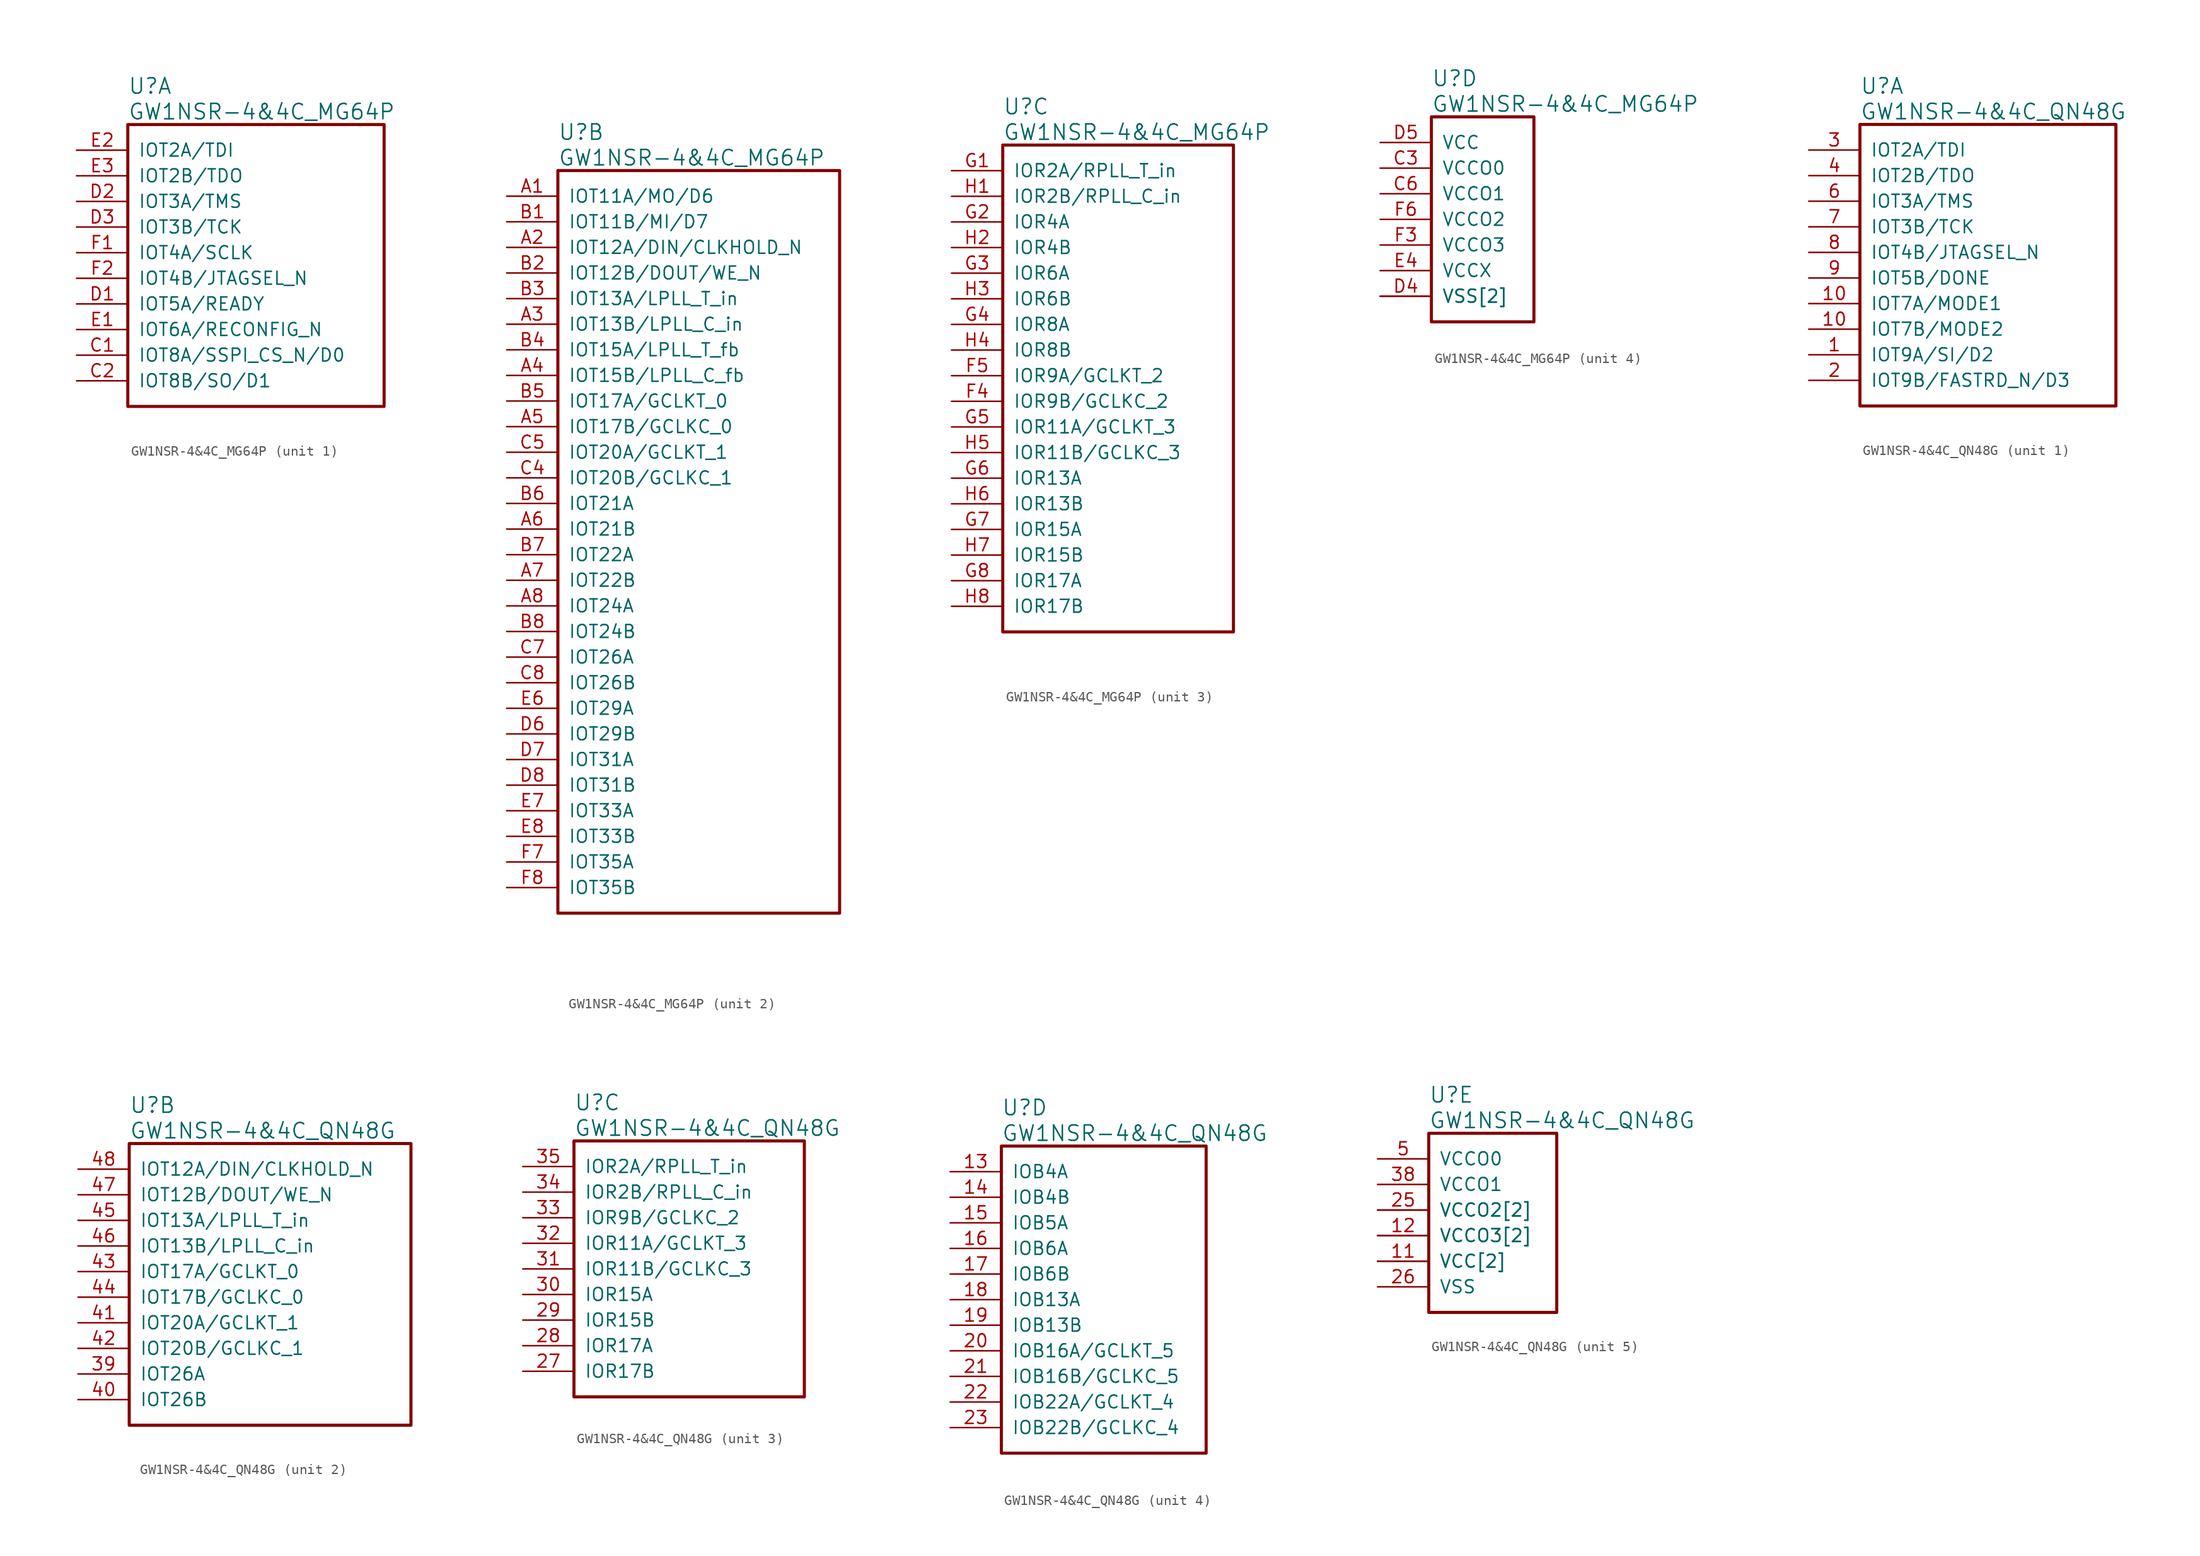
<source format=kicad_sym>
(kicad_symbol_lib
  (version 20211014)
  (generator kicad_symbol_editor)
  (symbol "GW1NSR-4&4C_MG64P"
    (pin_names
      (offset 1.016))
    (property "Reference" "U"
      (at 5.08 6.35 0)
      (effects (font (size 1.524 1.524)) (justify left)))
    (property "Value" "GW1NSR-4&4C_MG64P"
      (at 5.08 3.81 0)
      (effects (font (size 1.524 1.524)) (justify left)))
    (property "ki_locked" ""
      (at 0 0 0)
      (effects (font (size 1.27 1.27))))
    (symbol "GW1NSR-4&4C_MG64P_1_1"
      (rectangle (start 5.08 2.54) (end 30.48 -25.4) (stroke (width 0.305) (type default) (color 0 0 0 0)) (fill (type none)))
      (pin bidirectional line (at 0 -20.32 0) (length 5.08) (name "IOT8A/SSPI_CS_N/D0" (effects (font (size 1.27 1.27)))) (number "C1" (effects (font (size 1.27 1.27)))))
      (pin bidirectional line (at 0 -22.86 0) (length 5.08) (name "IOT8B/SO/D1" (effects (font (size 1.27 1.27)))) (number "C2" (effects (font (size 1.27 1.27)))))
      (pin bidirectional line (at 0 -15.24 0) (length 5.08) (name "IOT5A/READY" (effects (font (size 1.27 1.27)))) (number "D1" (effects (font (size 1.27 1.27)))))
      (pin bidirectional line (at 0 -5.08 0) (length 5.08) (name "IOT3A/TMS" (effects (font (size 1.27 1.27)))) (number "D2" (effects (font (size 1.27 1.27)))))
      (pin bidirectional line (at 0 -7.62 0) (length 5.08) (name "IOT3B/TCK" (effects (font (size 1.27 1.27)))) (number "D3" (effects (font (size 1.27 1.27)))))
      (pin bidirectional line (at 0 -17.78 0) (length 5.08) (name "IOT6A/RECONFIG_N" (effects (font (size 1.27 1.27)))) (number "E1" (effects (font (size 1.27 1.27)))))
      (pin bidirectional line (at 0 0 0) (length 5.08) (name "IOT2A/TDI" (effects (font (size 1.27 1.27)))) (number "E2" (effects (font (size 1.27 1.27)))))
      (pin bidirectional line (at 0 -2.54 0) (length 5.08) (name "IOT2B/TDO" (effects (font (size 1.27 1.27)))) (number "E3" (effects (font (size 1.27 1.27)))))
      (pin bidirectional line (at 0 -10.16 0) (length 5.08) (name "IOT4A/SCLK" (effects (font (size 1.27 1.27)))) (number "F1" (effects (font (size 1.27 1.27)))))
      (pin bidirectional line (at 0 -12.7 0) (length 5.08) (name "IOT4B/JTAGSEL_N" (effects (font (size 1.27 1.27)))) (number "F2" (effects (font (size 1.27 1.27))))))
    (symbol "GW1NSR-4&4C_MG64P_2_1"
      (rectangle (start 5.08 2.54) (end 33.02 -71.12) (stroke (width 0.305) (type default) (color 0 0 0 0)) (fill (type none)))
      (pin bidirectional line (at 0 0 0) (length 5.08) (name "IOT11A/MO/D6" (effects (font (size 1.27 1.27)))) (number "A1" (effects (font (size 1.27 1.27)))))
      (pin bidirectional line (at 0 -5.08 0) (length 5.08) (name "IOT12A/DIN/CLKHOLD_N" (effects (font (size 1.27 1.27)))) (number "A2" (effects (font (size 1.27 1.27)))))
      (pin bidirectional line (at 0 -12.7 0) (length 5.08) (name "IOT13B/LPLL_C_in" (effects (font (size 1.27 1.27)))) (number "A3" (effects (font (size 1.27 1.27)))))
      (pin bidirectional line (at 0 -17.78 0) (length 5.08) (name "IOT15B/LPLL_C_fb" (effects (font (size 1.27 1.27)))) (number "A4" (effects (font (size 1.27 1.27)))))
      (pin bidirectional line (at 0 -22.86 0) (length 5.08) (name "IOT17B/GCLKC_0" (effects (font (size 1.27 1.27)))) (number "A5" (effects (font (size 1.27 1.27)))))
      (pin bidirectional line (at 0 -33.02 0) (length 5.08) (name "IOT21B" (effects (font (size 1.27 1.27)))) (number "A6" (effects (font (size 1.27 1.27)))))
      (pin bidirectional line (at 0 -38.1 0) (length 5.08) (name "IOT22B" (effects (font (size 1.27 1.27)))) (number "A7" (effects (font (size 1.27 1.27)))))
      (pin bidirectional line (at 0 -40.64 0) (length 5.08) (name "IOT24A" (effects (font (size 1.27 1.27)))) (number "A8" (effects (font (size 1.27 1.27)))))
      (pin bidirectional line (at 0 -2.54 0) (length 5.08) (name "IOT11B/MI/D7" (effects (font (size 1.27 1.27)))) (number "B1" (effects (font (size 1.27 1.27)))))
      (pin bidirectional line (at 0 -7.62 0) (length 5.08) (name "IOT12B/DOUT/WE_N" (effects (font (size 1.27 1.27)))) (number "B2" (effects (font (size 1.27 1.27)))))
      (pin bidirectional line (at 0 -10.16 0) (length 5.08) (name "IOT13A/LPLL_T_in" (effects (font (size 1.27 1.27)))) (number "B3" (effects (font (size 1.27 1.27)))))
      (pin bidirectional line (at 0 -15.24 0) (length 5.08) (name "IOT15A/LPLL_T_fb" (effects (font (size 1.27 1.27)))) (number "B4" (effects (font (size 1.27 1.27)))))
      (pin bidirectional line (at 0 -20.32 0) (length 5.08) (name "IOT17A/GCLKT_0" (effects (font (size 1.27 1.27)))) (number "B5" (effects (font (size 1.27 1.27)))))
      (pin bidirectional line (at 0 -30.48 0) (length 5.08) (name "IOT21A" (effects (font (size 1.27 1.27)))) (number "B6" (effects (font (size 1.27 1.27)))))
      (pin bidirectional line (at 0 -35.56 0) (length 5.08) (name "IOT22A" (effects (font (size 1.27 1.27)))) (number "B7" (effects (font (size 1.27 1.27)))))
      (pin bidirectional line (at 0 -43.18 0) (length 5.08) (name "IOT24B" (effects (font (size 1.27 1.27)))) (number "B8" (effects (font (size 1.27 1.27)))))
      (pin bidirectional line (at 0 -27.94 0) (length 5.08) (name "IOT20B/GCLKC_1" (effects (font (size 1.27 1.27)))) (number "C4" (effects (font (size 1.27 1.27)))))
      (pin bidirectional line (at 0 -25.4 0) (length 5.08) (name "IOT20A/GCLKT_1" (effects (font (size 1.27 1.27)))) (number "C5" (effects (font (size 1.27 1.27)))))
      (pin bidirectional line (at 0 -45.72 0) (length 5.08) (name "IOT26A" (effects (font (size 1.27 1.27)))) (number "C7" (effects (font (size 1.27 1.27)))))
      (pin bidirectional line (at 0 -48.26 0) (length 5.08) (name "IOT26B" (effects (font (size 1.27 1.27)))) (number "C8" (effects (font (size 1.27 1.27)))))
      (pin bidirectional line (at 0 -53.34 0) (length 5.08) (name "IOT29B" (effects (font (size 1.27 1.27)))) (number "D6" (effects (font (size 1.27 1.27)))))
      (pin bidirectional line (at 0 -55.88 0) (length 5.08) (name "IOT31A" (effects (font (size 1.27 1.27)))) (number "D7" (effects (font (size 1.27 1.27)))))
      (pin bidirectional line (at 0 -58.42 0) (length 5.08) (name "IOT31B" (effects (font (size 1.27 1.27)))) (number "D8" (effects (font (size 1.27 1.27)))))
      (pin bidirectional line (at 0 -50.8 0) (length 5.08) (name "IOT29A" (effects (font (size 1.27 1.27)))) (number "E6" (effects (font (size 1.27 1.27)))))
      (pin bidirectional line (at 0 -60.96 0) (length 5.08) (name "IOT33A" (effects (font (size 1.27 1.27)))) (number "E7" (effects (font (size 1.27 1.27)))))
      (pin bidirectional line (at 0 -63.5 0) (length 5.08) (name "IOT33B" (effects (font (size 1.27 1.27)))) (number "E8" (effects (font (size 1.27 1.27)))))
      (pin bidirectional line (at 0 -66.04 0) (length 5.08) (name "IOT35A" (effects (font (size 1.27 1.27)))) (number "F7" (effects (font (size 1.27 1.27)))))
      (pin bidirectional line (at 0 -68.58 0) (length 5.08) (name "IOT35B" (effects (font (size 1.27 1.27)))) (number "F8" (effects (font (size 1.27 1.27))))))
    (symbol "GW1NSR-4&4C_MG64P_3_1"
      (rectangle (start 5.08 2.54) (end 27.94 -45.72) (stroke (width 0.305) (type default) (color 0 0 0 0)) (fill (type none)))
      (pin bidirectional line (at 0 -22.86 0) (length 5.08) (name "IOR9B/GCLKC_2" (effects (font (size 1.27 1.27)))) (number "F4" (effects (font (size 1.27 1.27)))))
      (pin bidirectional line (at 0 -20.32 0) (length 5.08) (name "IOR9A/GCLKT_2" (effects (font (size 1.27 1.27)))) (number "F5" (effects (font (size 1.27 1.27)))))
      (pin bidirectional line (at 0 0 0) (length 5.08) (name "IOR2A/RPLL_T_in" (effects (font (size 1.27 1.27)))) (number "G1" (effects (font (size 1.27 1.27)))))
      (pin bidirectional line (at 0 -5.08 0) (length 5.08) (name "IOR4A" (effects (font (size 1.27 1.27)))) (number "G2" (effects (font (size 1.27 1.27)))))
      (pin bidirectional line (at 0 -10.16 0) (length 5.08) (name "IOR6A" (effects (font (size 1.27 1.27)))) (number "G3" (effects (font (size 1.27 1.27)))))
      (pin bidirectional line (at 0 -15.24 0) (length 5.08) (name "IOR8A" (effects (font (size 1.27 1.27)))) (number "G4" (effects (font (size 1.27 1.27)))))
      (pin bidirectional line (at 0 -25.4 0) (length 5.08) (name "IOR11A/GCLKT_3" (effects (font (size 1.27 1.27)))) (number "G5" (effects (font (size 1.27 1.27)))))
      (pin bidirectional line (at 0 -30.48 0) (length 5.08) (name "IOR13A" (effects (font (size 1.27 1.27)))) (number "G6" (effects (font (size 1.27 1.27)))))
      (pin bidirectional line (at 0 -35.56 0) (length 5.08) (name "IOR15A" (effects (font (size 1.27 1.27)))) (number "G7" (effects (font (size 1.27 1.27)))))
      (pin bidirectional line (at 0 -40.64 0) (length 5.08) (name "IOR17A" (effects (font (size 1.27 1.27)))) (number "G8" (effects (font (size 1.27 1.27)))))
      (pin bidirectional line (at 0 -2.54 0) (length 5.08) (name "IOR2B/RPLL_C_in" (effects (font (size 1.27 1.27)))) (number "H1" (effects (font (size 1.27 1.27)))))
      (pin bidirectional line (at 0 -7.62 0) (length 5.08) (name "IOR4B" (effects (font (size 1.27 1.27)))) (number "H2" (effects (font (size 1.27 1.27)))))
      (pin bidirectional line (at 0 -12.7 0) (length 5.08) (name "IOR6B" (effects (font (size 1.27 1.27)))) (number "H3" (effects (font (size 1.27 1.27)))))
      (pin bidirectional line (at 0 -17.78 0) (length 5.08) (name "IOR8B" (effects (font (size 1.27 1.27)))) (number "H4" (effects (font (size 1.27 1.27)))))
      (pin bidirectional line (at 0 -27.94 0) (length 5.08) (name "IOR11B/GCLKC_3" (effects (font (size 1.27 1.27)))) (number "H5" (effects (font (size 1.27 1.27)))))
      (pin bidirectional line (at 0 -33.02 0) (length 5.08) (name "IOR13B" (effects (font (size 1.27 1.27)))) (number "H6" (effects (font (size 1.27 1.27)))))
      (pin bidirectional line (at 0 -38.1 0) (length 5.08) (name "IOR15B" (effects (font (size 1.27 1.27)))) (number "H7" (effects (font (size 1.27 1.27)))))
      (pin bidirectional line (at 0 -43.18 0) (length 5.08) (name "IOR17B" (effects (font (size 1.27 1.27)))) (number "H8" (effects (font (size 1.27 1.27))))))
    (symbol "GW1NSR-4&4C_MG64P_4_1"
      (rectangle (start 5.08 2.54) (end 15.24 -17.78) (stroke (width 0.305) (type default) (color 0 0 0 0)) (fill (type none)))
      (pin power_in line (at 0 -2.54 0) (length 5.08) (name "VCCO0" (effects (font (size 1.27 1.27)))) (number "C3" (effects (font (size 1.27 1.27)))))
      (pin power_in line (at 0 -5.08 0) (length 5.08) (name "VCCO1" (effects (font (size 1.27 1.27)))) (number "C6" (effects (font (size 1.27 1.27)))))
      (pin power_in line (at 0 -15.24 0) (length 5.08) (name "VSS[2]" (effects (font (size 1.27 1.27)))) (number "D4" (effects (font (size 1.27 1.27)))))
      (pin power_in line (at 0 0 0) (length 5.08) (name "VCC" (effects (font (size 1.27 1.27)))) (number "D5" (effects (font (size 1.27 1.27)))))
      (pin power_in line (at 0 -12.7 0) (length 5.08) (name "VCCX" (effects (font (size 1.27 1.27)))) (number "E4" (effects (font (size 1.27 1.27)))))
      (pin power_in line (at 0 -15.24 0) (length 5.08) (name "VSS[2]" (effects (font (size 1.27 1.27)))) (number "E5" (effects (font (size 0 0)))))
      (pin power_in line (at 0 -10.16 0) (length 5.08) (name "VCCO3" (effects (font (size 1.27 1.27)))) (number "F3" (effects (font (size 1.27 1.27)))))
      (pin power_in line (at 0 -7.62 0) (length 5.08) (name "VCCO2" (effects (font (size 1.27 1.27)))) (number "F6" (effects (font (size 1.27 1.27)))))))
  (symbol "GW1NSR-4&4C_QN48G"
    (pin_names
      (offset 1.016))
    (property "Reference" "U"
      (at 5.08 6.35 0)
      (effects (font (size 1.524 1.524)) (justify left)))
    (property "Value" "GW1NSR-4&4C_QN48G"
      (at 5.08 3.81 0)
      (effects (font (size 1.524 1.524)) (justify left)))
    (property "ki_locked" ""
      (at 0 0 0)
      (effects (font (size 1.27 1.27))))
    (symbol "GW1NSR-4&4C_QN48G_1_1"
      (rectangle (start 5.08 2.54) (end 30.48 -25.4) (stroke (width 0.305) (type default) (color 0 0 0 0)) (fill (type none)))
      (pin bidirectional line (at 0 -20.32 0) (length 5.08) (name "IOT9A/SI/D2" (effects (font (size 1.27 1.27)))) (number "1" (effects (font (size 1.27 1.27)))))
      (pin bidirectional line (at 0 -15.24 0) (length 5.08) (name "IOT7A/MODE1" (effects (font (size 1.27 1.27)))) (number "10" (effects (font (size 1.27 1.27)))))
      (pin bidirectional line (at 0 -17.78 0) (length 5.08) (name "IOT7B/MODE2" (effects (font (size 1.27 1.27)))) (number "10" (effects (font (size 1.27 1.27)))))
      (pin bidirectional line (at 0 -22.86 0) (length 5.08) (name "IOT9B/FASTRD_N/D3" (effects (font (size 1.27 1.27)))) (number "2" (effects (font (size 1.27 1.27)))))
      (pin bidirectional line (at 0 0 0) (length 5.08) (name "IOT2A/TDI" (effects (font (size 1.27 1.27)))) (number "3" (effects (font (size 1.27 1.27)))))
      (pin bidirectional line (at 0 -2.54 0) (length 5.08) (name "IOT2B/TDO" (effects (font (size 1.27 1.27)))) (number "4" (effects (font (size 1.27 1.27)))))
      (pin bidirectional line (at 0 -5.08 0) (length 5.08) (name "IOT3A/TMS" (effects (font (size 1.27 1.27)))) (number "6" (effects (font (size 1.27 1.27)))))
      (pin bidirectional line (at 0 -7.62 0) (length 5.08) (name "IOT3B/TCK" (effects (font (size 1.27 1.27)))) (number "7" (effects (font (size 1.27 1.27)))))
      (pin bidirectional line (at 0 -10.16 0) (length 5.08) (name "IOT4B/JTAGSEL_N" (effects (font (size 1.27 1.27)))) (number "8" (effects (font (size 1.27 1.27)))))
      (pin bidirectional line (at 0 -12.7 0) (length 5.08) (name "IOT5B/DONE" (effects (font (size 1.27 1.27)))) (number "9" (effects (font (size 1.27 1.27))))))
    (symbol "GW1NSR-4&4C_QN48G_2_1"
      (rectangle (start 5.08 2.54) (end 33.02 -25.4) (stroke (width 0.305) (type default) (color 0 0 0 0)) (fill (type none)))
      (pin bidirectional line (at 0 -20.32 0) (length 5.08) (name "IOT26A" (effects (font (size 1.27 1.27)))) (number "39" (effects (font (size 1.27 1.27)))))
      (pin bidirectional line (at 0 -22.86 0) (length 5.08) (name "IOT26B" (effects (font (size 1.27 1.27)))) (number "40" (effects (font (size 1.27 1.27)))))
      (pin bidirectional line (at 0 -15.24 0) (length 5.08) (name "IOT20A/GCLKT_1" (effects (font (size 1.27 1.27)))) (number "41" (effects (font (size 1.27 1.27)))))
      (pin bidirectional line (at 0 -17.78 0) (length 5.08) (name "IOT20B/GCLKC_1" (effects (font (size 1.27 1.27)))) (number "42" (effects (font (size 1.27 1.27)))))
      (pin bidirectional line (at 0 -10.16 0) (length 5.08) (name "IOT17A/GCLKT_0" (effects (font (size 1.27 1.27)))) (number "43" (effects (font (size 1.27 1.27)))))
      (pin bidirectional line (at 0 -12.7 0) (length 5.08) (name "IOT17B/GCLKC_0" (effects (font (size 1.27 1.27)))) (number "44" (effects (font (size 1.27 1.27)))))
      (pin bidirectional line (at 0 -5.08 0) (length 5.08) (name "IOT13A/LPLL_T_in" (effects (font (size 1.27 1.27)))) (number "45" (effects (font (size 1.27 1.27)))))
      (pin bidirectional line (at 0 -7.62 0) (length 5.08) (name "IOT13B/LPLL_C_in" (effects (font (size 1.27 1.27)))) (number "46" (effects (font (size 1.27 1.27)))))
      (pin bidirectional line (at 0 -2.54 0) (length 5.08) (name "IOT12B/DOUT/WE_N" (effects (font (size 1.27 1.27)))) (number "47" (effects (font (size 1.27 1.27)))))
      (pin bidirectional line (at 0 0 0) (length 5.08) (name "IOT12A/DIN/CLKHOLD_N" (effects (font (size 1.27 1.27)))) (number "48" (effects (font (size 1.27 1.27))))))
    (symbol "GW1NSR-4&4C_QN48G_3_1"
      (rectangle (start 5.08 2.54) (end 27.94 -22.86) (stroke (width 0.305) (type default) (color 0 0 0 0)) (fill (type none)))
      (pin bidirectional line (at 0 -20.32 0) (length 5.08) (name "IOR17B" (effects (font (size 1.27 1.27)))) (number "27" (effects (font (size 1.27 1.27)))))
      (pin bidirectional line (at 0 -17.78 0) (length 5.08) (name "IOR17A" (effects (font (size 1.27 1.27)))) (number "28" (effects (font (size 1.27 1.27)))))
      (pin bidirectional line (at 0 -15.24 0) (length 5.08) (name "IOR15B" (effects (font (size 1.27 1.27)))) (number "29" (effects (font (size 1.27 1.27)))))
      (pin bidirectional line (at 0 -12.7 0) (length 5.08) (name "IOR15A" (effects (font (size 1.27 1.27)))) (number "30" (effects (font (size 1.27 1.27)))))
      (pin bidirectional line (at 0 -10.16 0) (length 5.08) (name "IOR11B/GCLKC_3" (effects (font (size 1.27 1.27)))) (number "31" (effects (font (size 1.27 1.27)))))
      (pin bidirectional line (at 0 -7.62 0) (length 5.08) (name "IOR11A/GCLKT_3" (effects (font (size 1.27 1.27)))) (number "32" (effects (font (size 1.27 1.27)))))
      (pin bidirectional line (at 0 -5.08 0) (length 5.08) (name "IOR9B/GCLKC_2" (effects (font (size 1.27 1.27)))) (number "33" (effects (font (size 1.27 1.27)))))
      (pin bidirectional line (at 0 -2.54 0) (length 5.08) (name "IOR2B/RPLL_C_in" (effects (font (size 1.27 1.27)))) (number "34" (effects (font (size 1.27 1.27)))))
      (pin bidirectional line (at 0 0 0) (length 5.08) (name "IOR2A/RPLL_T_in" (effects (font (size 1.27 1.27)))) (number "35" (effects (font (size 1.27 1.27))))))
    (symbol "GW1NSR-4&4C_QN48G_4_1"
      (rectangle (start 5.08 2.54) (end 25.4 -27.94) (stroke (width 0.305) (type default) (color 0 0 0 0)) (fill (type none)))
      (pin bidirectional line (at 0 0 0) (length 5.08) (name "IOB4A" (effects (font (size 1.27 1.27)))) (number "13" (effects (font (size 1.27 1.27)))))
      (pin bidirectional line (at 0 -2.54 0) (length 5.08) (name "IOB4B" (effects (font (size 1.27 1.27)))) (number "14" (effects (font (size 1.27 1.27)))))
      (pin bidirectional line (at 0 -5.08 0) (length 5.08) (name "IOB5A" (effects (font (size 1.27 1.27)))) (number "15" (effects (font (size 1.27 1.27)))))
      (pin bidirectional line (at 0 -7.62 0) (length 5.08) (name "IOB6A" (effects (font (size 1.27 1.27)))) (number "16" (effects (font (size 1.27 1.27)))))
      (pin bidirectional line (at 0 -10.16 0) (length 5.08) (name "IOB6B" (effects (font (size 1.27 1.27)))) (number "17" (effects (font (size 1.27 1.27)))))
      (pin bidirectional line (at 0 -12.7 0) (length 5.08) (name "IOB13A" (effects (font (size 1.27 1.27)))) (number "18" (effects (font (size 1.27 1.27)))))
      (pin bidirectional line (at 0 -15.24 0) (length 5.08) (name "IOB13B" (effects (font (size 1.27 1.27)))) (number "19" (effects (font (size 1.27 1.27)))))
      (pin bidirectional line (at 0 -17.78 0) (length 5.08) (name "IOB16A/GCLKT_5" (effects (font (size 1.27 1.27)))) (number "20" (effects (font (size 1.27 1.27)))))
      (pin bidirectional line (at 0 -20.32 0) (length 5.08) (name "IOB16B/GCLKC_5" (effects (font (size 1.27 1.27)))) (number "21" (effects (font (size 1.27 1.27)))))
      (pin bidirectional line (at 0 -22.86 0) (length 5.08) (name "IOB22A/GCLKT_4" (effects (font (size 1.27 1.27)))) (number "22" (effects (font (size 1.27 1.27)))))
      (pin bidirectional line (at 0 -25.4 0) (length 5.08) (name "IOB22B/GCLKC_4" (effects (font (size 1.27 1.27)))) (number "23" (effects (font (size 1.27 1.27))))))
    (symbol "GW1NSR-4&4C_QN48G_5_1"
      (rectangle (start 5.08 2.54) (end 17.78 -15.24) (stroke (width 0.305) (type default) (color 0 0 0 0)) (fill (type none)))
      (pin power_in line (at 0 -10.16 0) (length 5.08) (name "VCC[2]" (effects (font (size 1.27 1.27)))) (number "11" (effects (font (size 1.27 1.27)))))
      (pin power_in line (at 0 -7.62 0) (length 5.08) (name "VCCO3[2]" (effects (font (size 1.27 1.27)))) (number "12" (effects (font (size 1.27 1.27)))))
      (pin power_in line (at 0 -7.62 0) (length 5.08) (name "VCCO3[2]" (effects (font (size 1.27 1.27)))) (number "24" (effects (font (size 0 0)))))
      (pin power_in line (at 0 -5.08 0) (length 5.08) (name "VCCO2[2]" (effects (font (size 1.27 1.27)))) (number "25" (effects (font (size 1.27 1.27)))))
      (pin power_in line (at 0 -12.7 0) (length 5.08) (name "VSS" (effects (font (size 1.27 1.27)))) (number "26" (effects (font (size 1.27 1.27)))))
      (pin power_in line (at 0 -5.08 0) (length 5.08) (name "VCCO2[2]" (effects (font (size 1.27 1.27)))) (number "36" (effects (font (size 0 0)))))
      (pin power_in line (at 0 -10.16 0) (length 5.08) (name "VCC[2]" (effects (font (size 1.27 1.27)))) (number "37" (effects (font (size 0 0)))))
      (pin power_in line (at 0 -2.54 0) (length 5.08) (name "VCCO1" (effects (font (size 1.27 1.27)))) (number "38" (effects (font (size 1.27 1.27)))))
      (pin power_in line (at 0 0 0) (length 5.08) (name "VCCO0" (effects (font (size 1.27 1.27)))) (number "5" (effects (font (size 1.27 1.27))))))))
</source>
